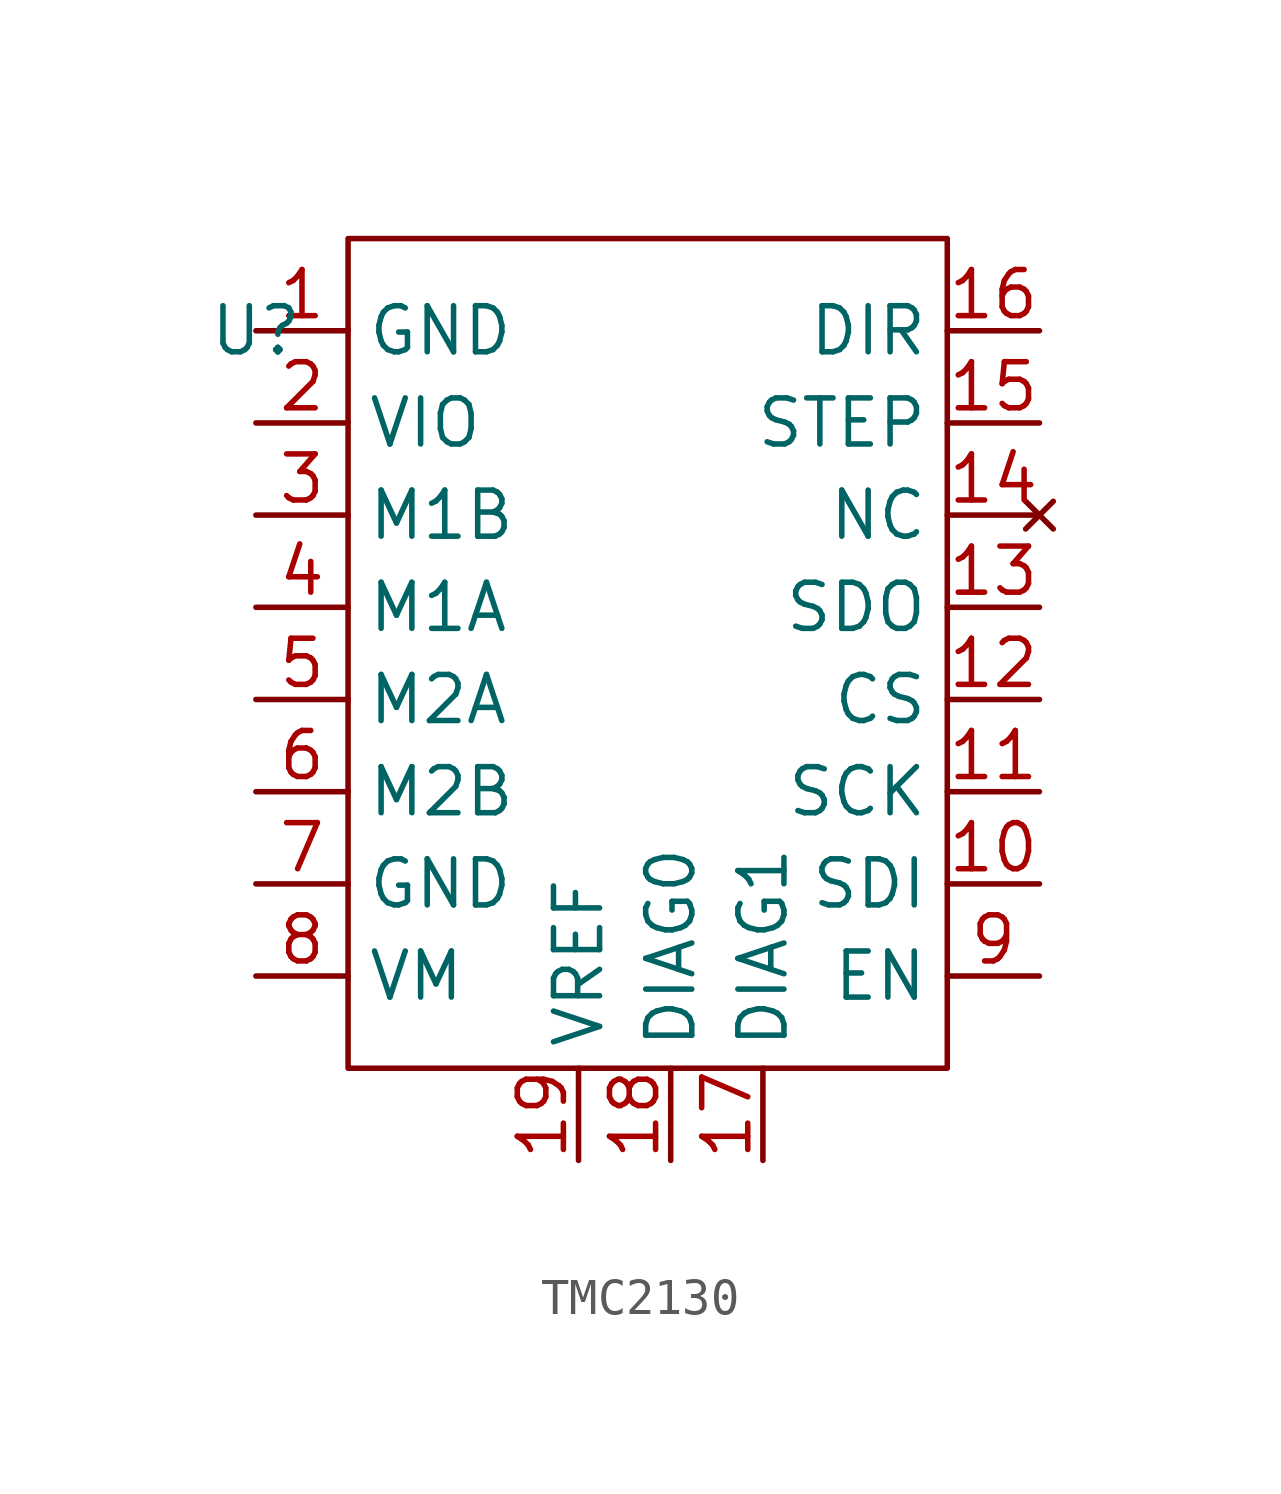
<source format=kicad_sym>
(kicad_symbol_lib
  (version 20220914)
  (generator kicad_symbol_editor)
  (symbol "TMC2130"
    (property "Reference" "U"
      (at 0 0 0)
      (effects (font (size 1.27 1.27))))
    (property "Value" ""
      (at 0 0 0)
      (effects (font (size 1.27 1.27))))
    (symbol "TMC2130_0_0"
      (pin input line (at 0 0 0) (length 2.54) (name "GND" (effects (font (size 1.27 1.27)))) (number "1" (effects (font (size 1.27 1.27)))))
      (pin input line (at 0 -2.54 0) (length 2.54) (name "VIO" (effects (font (size 1.27 1.27)))) (number "2" (effects (font (size 1.27 1.27)))))
      (pin output line (at 0 -5.08 0) (length 2.54) (name "M1B" (effects (font (size 1.27 1.27)))) (number "3" (effects (font (size 1.27 1.27)))))
      (pin output line (at 0 -7.62 0) (length 2.54) (name "M1A" (effects (font (size 1.27 1.27)))) (number "4" (effects (font (size 1.27 1.27)))))
      (pin output line (at 0 -10.16 0) (length 2.54) (name "M2A" (effects (font (size 1.27 1.27)))) (number "5" (effects (font (size 1.27 1.27)))))
      (pin output line (at 0 -12.7 0) (length 2.54) (name "M2B" (effects (font (size 1.27 1.27)))) (number "6" (effects (font (size 1.27 1.27)))))
      (pin input line (at 0 -15.24 0) (length 2.54) (name "GND" (effects (font (size 1.27 1.27)))) (number "7" (effects (font (size 1.27 1.27)))))
      (pin input line (at 0 -17.78 0) (length 2.54) (name "VM" (effects (font (size 1.27 1.27)))) (number "8" (effects (font (size 1.27 1.27))))))
    (symbol "TMC2130_0_1"
      (rectangle (start 2.54 2.54) (end 19.05 -20.32) (stroke (width 0) (type default)) (fill (type none))))
    (symbol "TMC2130_1_0"
      (pin input line (at 21.59 -15.24 180) (length 2.54) (name "SDI" (effects (font (size 1.27 1.27)))) (number "10" (effects (font (size 1.27 1.27)))))
      (pin input line (at 21.59 -12.7 180) (length 2.54) (name "SCK" (effects (font (size 1.27 1.27)))) (number "11" (effects (font (size 1.27 1.27)))))
      (pin input line (at 21.59 -10.16 180) (length 2.54) (name "CS" (effects (font (size 1.27 1.27)))) (number "12" (effects (font (size 1.27 1.27)))))
      (pin tri_state line (at 21.59 -7.62 180) (length 2.54) (name "SDO" (effects (font (size 1.27 1.27)))) (number "13" (effects (font (size 1.27 1.27)))))
      (pin no_connect line (at 21.59 -5.08 180) (length 2.54) (name "NC" (effects (font (size 1.27 1.27)))) (number "14" (effects (font (size 1.27 1.27)))))
      (pin input line (at 21.59 -2.54 180) (length 2.54) (name "STEP" (effects (font (size 1.27 1.27)))) (number "15" (effects (font (size 1.27 1.27)))))
      (pin input line (at 21.59 0 180) (length 2.54) (name "DIR" (effects (font (size 1.27 1.27)))) (number "16" (effects (font (size 1.27 1.27)))))
      (pin output line (at 13.97 -22.86 90) (length 2.54) (name "DIAG1" (effects (font (size 1.27 1.27)))) (number "17" (effects (font (size 1.27 1.27)))))
      (pin output line (at 11.43 -22.86 90) (length 2.54) (name "DIAG0" (effects (font (size 1.27 1.27)))) (number "18" (effects (font (size 1.27 1.27)))))
      (pin output line (at 8.89 -22.86 90) (length 2.54) (name "VREF" (effects (font (size 1.27 1.27)))) (number "19" (effects (font (size 1.27 1.27)))))
      (pin input line (at 21.59 -17.78 180) (length 2.54) (name "EN" (effects (font (size 1.27 1.27)))) (number "9" (effects (font (size 1.27 1.27))))))))
</source>
